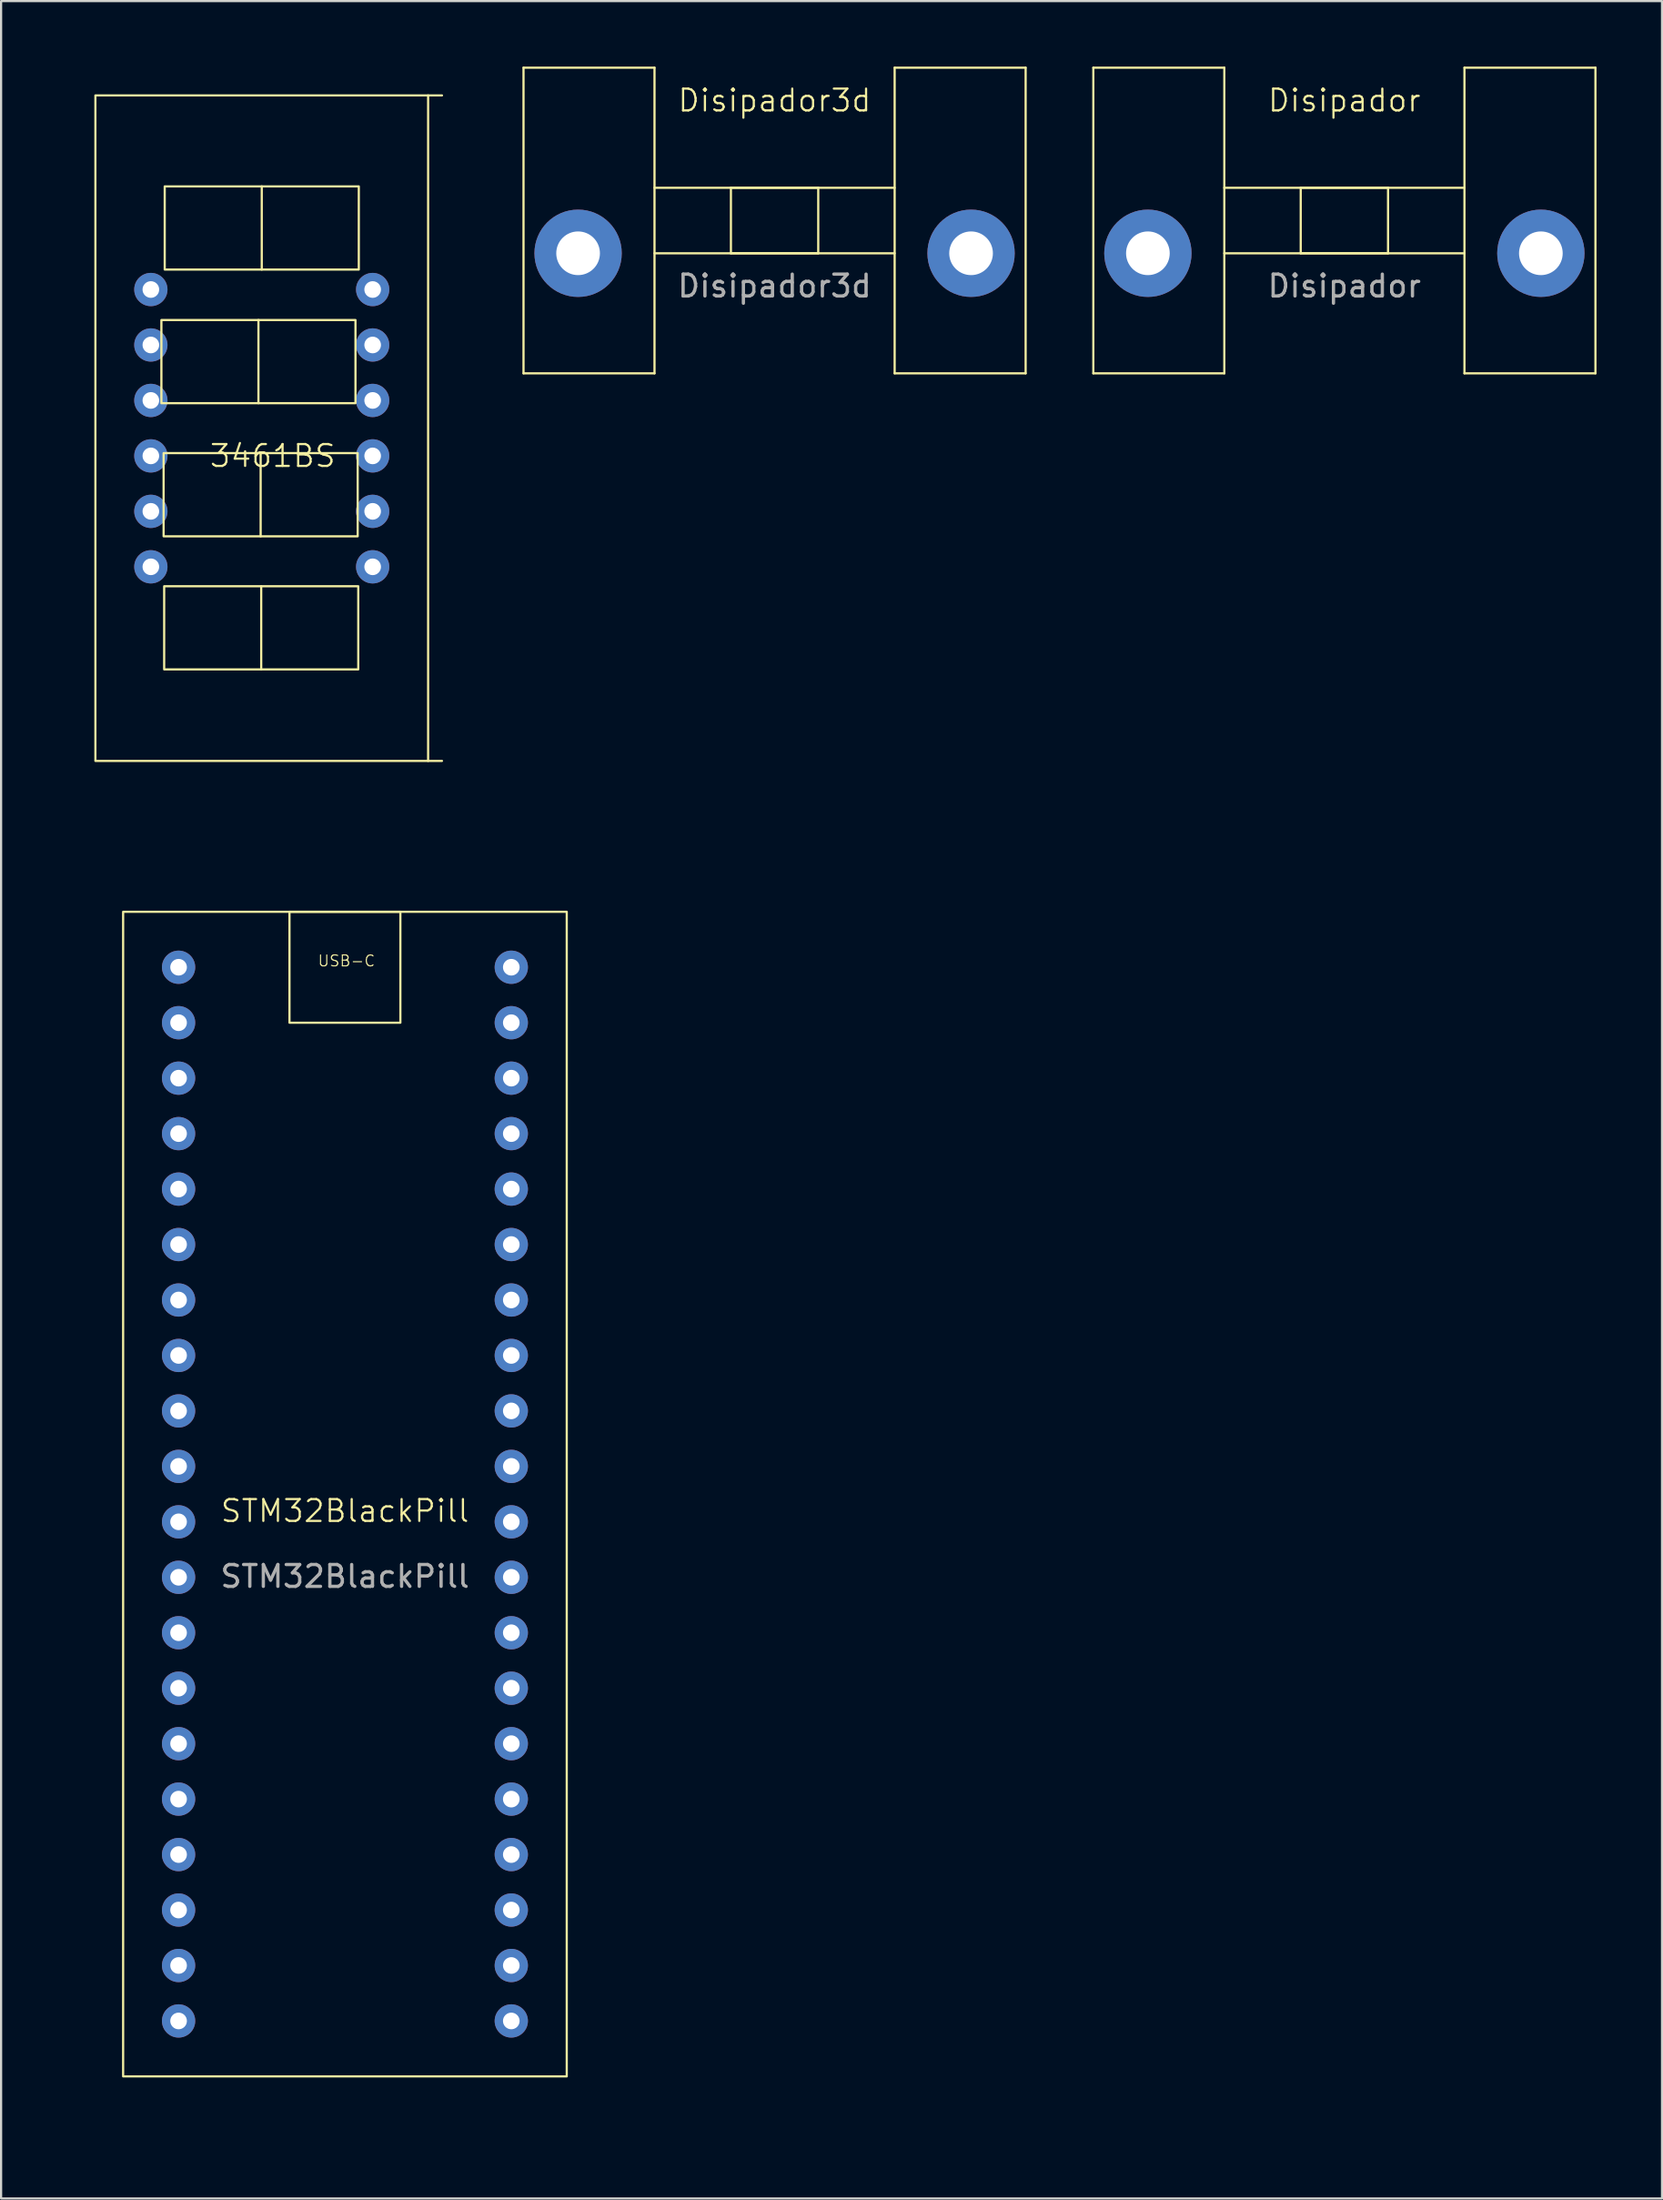
<source format=kicad_pcb>
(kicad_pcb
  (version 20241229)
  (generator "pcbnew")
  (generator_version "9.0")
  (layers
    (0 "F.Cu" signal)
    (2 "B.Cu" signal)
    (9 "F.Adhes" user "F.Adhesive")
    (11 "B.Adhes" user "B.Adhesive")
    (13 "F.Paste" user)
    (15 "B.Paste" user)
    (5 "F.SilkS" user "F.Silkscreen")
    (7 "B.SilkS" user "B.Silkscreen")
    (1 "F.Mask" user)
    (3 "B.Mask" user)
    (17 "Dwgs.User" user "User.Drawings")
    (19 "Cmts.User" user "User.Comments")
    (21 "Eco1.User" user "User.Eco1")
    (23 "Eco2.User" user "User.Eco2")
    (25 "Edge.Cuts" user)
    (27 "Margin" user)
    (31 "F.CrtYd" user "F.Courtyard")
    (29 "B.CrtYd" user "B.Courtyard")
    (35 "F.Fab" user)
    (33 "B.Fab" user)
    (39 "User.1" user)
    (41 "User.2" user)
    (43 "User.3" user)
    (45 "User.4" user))
  (footprint "Disipador"
    (layer "F.Cu")
    (at 58.53 6.55)
    (property "Reference" "Disipador" (at 0 -5 0) (unlocked yes) (layer "F.SilkS") (effects (font (size 1 1) (thickness 0.1))))
    (attr smd)
    (fp_line (start -11.5 -6.5) (end -11.5 7.5) (stroke (width 0.1) (type default)) (layer "F.SilkS"))
    (fp_line (start -11.5 -6.5) (end -5.5 -6.5) (stroke (width 0.1) (type default)) (layer "F.SilkS"))
    (fp_line (start -11.5 7.5) (end -5.5 7.5) (stroke (width 0.1) (type default)) (layer "F.SilkS"))
    (fp_line (start -5.5 -6.5) (end -5.5 7.5) (stroke (width 0.1) (type default)) (layer "F.SilkS"))
    (fp_line (start -2 -1) (end -2 2) (stroke (width 0.1) (type default)) (layer "F.SilkS"))
    (fp_line (start -2 2) (end 2 2) (stroke (width 0.1) (type default)) (layer "F.SilkS"))
    (fp_line (start 2 -1) (end -2 -1) (stroke (width 0.1) (type default)) (layer "F.SilkS"))
    (fp_line (start 2 2) (end 2 -1) (stroke (width 0.1) (type default)) (layer "F.SilkS"))
    (fp_line (start 5.5 -6.5) (end 5.5 7.5) (stroke (width 0.1) (type default)) (layer "F.SilkS"))
    (fp_line (start 5.5 -6.5) (end 11.5 -6.5) (stroke (width 0.1) (type default)) (layer "F.SilkS"))
    (fp_line (start 5.5 -1) (end -5.5 -1) (stroke (width 0.1) (type default)) (layer "F.SilkS"))
    (fp_line (start 5.5 2) (end -5.5 2) (stroke (width 0.1) (type default)) (layer "F.SilkS"))
    (fp_line (start 5.5 7.5) (end 11.5 7.5) (stroke (width 0.1) (type default)) (layer "F.SilkS"))
    (fp_line (start 11.5 -6.5) (end 11.5 7.5) (stroke (width 0.1) (type default)) (layer "F.SilkS"))
    (fp_text user "${REFERENCE}" (at 0 3.5 0) (unlocked yes) (layer "F.Fab") (effects (font (size 1 1) (thickness 0.15))))
    (pad "1" thru_hole circle (at -9 2) (size 4 4) (drill 2) (layers "*.Cu" "*.Mask"))
    (pad "1" thru_hole circle (at 9 2) (size 4 4) (drill 2) (layers "*.Cu" "*.Mask")))
  (footprint "3461BS"
    (layer "F.Cu")
    (at 8.94 16.56)
    (property "Reference" "3461BS" (at 0.5 1.27 0) (unlocked yes) (layer "F.SilkS") (effects (font (size 1 1) (thickness 0.1))))
    (attr through_hole)
    (fp_line (start -0.152 -1.143) (end -0.152 -4.953) (stroke (width 0.1) (type default)) (layer "F.SilkS"))
    (fp_line (start -0.051 4.953) (end -0.051 1.143) (stroke (width 0.1) (type default)) (layer "F.SilkS"))
    (fp_line (start -0.025 11.049) (end -0.025 7.239) (stroke (width 0.1) (type default)) (layer "F.SilkS"))
    (fp_line (start 0 -7.264) (end 0 -11.074) (stroke (width 0.1) (type default)) (layer "F.SilkS"))
    (fp_line (start 7.62 -15.24) (end 8.255 -15.24) (stroke (width 0.1) (type default)) (layer "F.SilkS"))
    (fp_line (start 7.62 15.24) (end 8.255 15.24) (stroke (width 0.1) (type default)) (layer "F.SilkS"))
    (fp_rect (start -7.62 -15.24) (end 7.62 15.24) (stroke (width 0.1) (type default)) (fill no) (layer "F.SilkS"))
    (fp_rect (start -4.597 -4.953) (end 4.293 -1.143) (stroke (width 0.1) (type default)) (fill no) (layer "F.SilkS"))
    (fp_rect (start -4.496 1.143) (end 4.394 4.953) (stroke (width 0.1) (type default)) (fill no) (layer "F.SilkS"))
    (fp_rect (start -4.47 7.239) (end 4.42 11.049) (stroke (width 0.1) (type default)) (fill no) (layer "F.SilkS"))
    (fp_rect (start -4.445 -11.074) (end 4.445 -7.264) (stroke (width 0.1) (type default)) (fill no) (layer "F.SilkS"))
    (fp_rect (start -8.89 -16.51) (end 8.89 16.51) (stroke (width 0.1) (type default)) (fill no) (layer "Margin"))
    (pad "1" thru_hole circle (at 5.08 6.35 270) (size 1.524 1.524) (drill 0.762) (layers "*.Cu" "*.Mask"))
    (pad "2" thru_hole circle (at 5.08 3.81 270) (size 1.524 1.524) (drill 0.762) (layers "*.Cu" "*.Mask"))
    (pad "3" thru_hole circle (at 5.08 1.27 270) (size 1.524 1.524) (drill 0.762) (layers "*.Cu" "*.Mask"))
    (pad "4" thru_hole circle (at 5.08 -1.27 270) (size 1.524 1.524) (drill 0.762) (layers "*.Cu" "*.Mask"))
    (pad "5" thru_hole circle (at 5.08 -3.81 270) (size 1.524 1.524) (drill 0.762) (layers "*.Cu" "*.Mask"))
    (pad "6" thru_hole circle (at 5.08 -6.35 270) (size 1.524 1.524) (drill 0.762) (layers "*.Cu" "*.Mask"))
    (pad "7" thru_hole circle (at -5.08 -6.35 270) (size 1.524 1.524) (drill 0.762) (layers "*.Cu" "*.Mask"))
    (pad "8" thru_hole circle (at -5.08 -3.81 270) (size 1.524 1.524) (drill 0.762) (layers "*.Cu" "*.Mask"))
    (pad "9" thru_hole circle (at -5.08 -1.27 270) (size 1.524 1.524) (drill 0.762) (layers "*.Cu" "*.Mask"))
    (pad "10" thru_hole circle (at -5.08 1.27 270) (size 1.524 1.524) (drill 0.762) (layers "*.Cu" "*.Mask"))
    (pad "11" thru_hole circle (at -5.08 3.81 270) (size 1.524 1.524) (drill 0.762) (layers "*.Cu" "*.Mask"))
    (pad "12" thru_hole circle (at -5.08 6.35 270) (size 1.524 1.524) (drill 0.762) (layers "*.Cu" "*.Mask")))
  (footprint "STM32BlackPill"
    (layer "F.Cu")
    (at 12.75 66.65)
    (property "Reference" "STM32BlackPill" (at 0 -0.5 0) (unlocked yes) (layer "F.SilkS") (effects (font (size 1 1) (thickness 0.1))))
    (attr through_hole)
    (fp_rect (start -10.16 -27.94) (end 10.16 25.4) (stroke (width 0.1) (type default)) (fill no) (layer "F.SilkS"))
    (fp_rect (start -2.54 -27.94) (end 2.54 -22.86) (stroke (width 0.1) (type default)) (fill no) (layer "F.SilkS"))
    (fp_rect (start -12.7 -30.48) (end 12.7 27.94) (stroke (width 0.1) (type default)) (fill no) (layer "Margin"))
    (fp_text user "USB-C" (at -1.27 -25.4 0) (unlocked yes) (layer "F.SilkS") (effects (font (size 0.5 0.5) (thickness 0.05)) (justify left bottom)))
    (fp_text user "${REFERENCE}" (at 0 2.5 0) (unlocked yes) (layer "F.Fab") (effects (font (size 1 1) (thickness 0.15))))
    (pad "1" thru_hole circle (at -7.62 -25.4) (size 1.524 1.524) (drill 0.762) (layers "*.Cu" "*.Mask"))
    (pad "2" thru_hole circle (at -7.62 -22.86) (size 1.524 1.524) (drill 0.762) (layers "*.Cu" "*.Mask"))
    (pad "3" thru_hole circle (at -7.62 -20.32) (size 1.524 1.524) (drill 0.762) (layers "*.Cu" "*.Mask"))
    (pad "4" thru_hole circle (at -7.62 -17.78) (size 1.524 1.524) (drill 0.762) (layers "*.Cu" "*.Mask"))
    (pad "5" thru_hole circle (at -7.62 -15.24) (size 1.524 1.524) (drill 0.762) (layers "*.Cu" "*.Mask"))
    (pad "6" thru_hole circle (at -7.62 -12.7) (size 1.524 1.524) (drill 0.762) (layers "*.Cu" "*.Mask"))
    (pad "7" thru_hole circle (at -7.62 -10.16) (size 1.524 1.524) (drill 0.762) (layers "*.Cu" "*.Mask"))
    (pad "8" thru_hole circle (at -7.62 -7.62) (size 1.524 1.524) (drill 0.762) (layers "*.Cu" "*.Mask"))
    (pad "9" thru_hole circle (at -7.62 -5.08) (size 1.524 1.524) (drill 0.762) (layers "*.Cu" "*.Mask"))
    (pad "10" thru_hole circle (at -7.62 -2.54) (size 1.524 1.524) (drill 0.762) (layers "*.Cu" "*.Mask"))
    (pad "11" thru_hole circle (at -7.62 0) (size 1.524 1.524) (drill 0.762) (layers "*.Cu" "*.Mask"))
    (pad "12" thru_hole circle (at -7.62 2.54) (size 1.524 1.524) (drill 0.762) (layers "*.Cu" "*.Mask"))
    (pad "13" thru_hole circle (at -7.62 5.08) (size 1.524 1.524) (drill 0.762) (layers "*.Cu" "*.Mask"))
    (pad "14" thru_hole circle (at -7.62 7.62) (size 1.524 1.524) (drill 0.762) (layers "*.Cu" "*.Mask"))
    (pad "15" thru_hole circle (at -7.62 10.16) (size 1.524 1.524) (drill 0.762) (layers "*.Cu" "*.Mask"))
    (pad "16" thru_hole circle (at -7.62 12.7) (size 1.524 1.524) (drill 0.762) (layers "*.Cu" "*.Mask"))
    (pad "17" thru_hole circle (at -7.62 15.24) (size 1.524 1.524) (drill 0.762) (layers "*.Cu" "*.Mask"))
    (pad "18" thru_hole circle (at -7.62 17.78) (size 1.524 1.524) (drill 0.762) (layers "*.Cu" "*.Mask"))
    (pad "19" thru_hole circle (at -7.62 20.32) (size 1.524 1.524) (drill 0.762) (layers "*.Cu" "*.Mask"))
    (pad "20" thru_hole circle (at -7.62 22.86) (size 1.524 1.524) (drill 0.762) (layers "*.Cu" "*.Mask"))
    (pad "21" thru_hole circle (at 7.62 22.86) (size 1.524 1.524) (drill 0.762) (layers "*.Cu" "*.Mask"))
    (pad "22" thru_hole circle (at 7.62 20.32) (size 1.524 1.524) (drill 0.762) (layers "*.Cu" "*.Mask"))
    (pad "23" thru_hole circle (at 7.62 17.78) (size 1.524 1.524) (drill 0.762) (layers "*.Cu" "*.Mask"))
    (pad "24" thru_hole circle (at 7.62 15.24) (size 1.524 1.524) (drill 0.762) (layers "*.Cu" "*.Mask"))
    (pad "25" thru_hole circle (at 7.62 12.7) (size 1.524 1.524) (drill 0.762) (layers "*.Cu" "*.Mask"))
    (pad "26" thru_hole circle (at 7.62 10.16) (size 1.524 1.524) (drill 0.762) (layers "*.Cu" "*.Mask"))
    (pad "27" thru_hole circle (at 7.62 7.62) (size 1.524 1.524) (drill 0.762) (layers "*.Cu" "*.Mask"))
    (pad "28" thru_hole circle (at 7.62 5.08) (size 1.524 1.524) (drill 0.762) (layers "*.Cu" "*.Mask"))
    (pad "29" thru_hole circle (at 7.62 2.54) (size 1.524 1.524) (drill 0.762) (layers "*.Cu" "*.Mask"))
    (pad "30" thru_hole circle (at 7.62 0) (size 1.524 1.524) (drill 0.762) (layers "*.Cu" "*.Mask"))
    (pad "31" thru_hole circle (at 7.62 -2.54) (size 1.524 1.524) (drill 0.762) (layers "*.Cu" "*.Mask"))
    (pad "32" thru_hole circle (at 7.62 -5.08) (size 1.524 1.524) (drill 0.762) (layers "*.Cu" "*.Mask"))
    (pad "33" thru_hole circle (at 7.62 -7.62) (size 1.524 1.524) (drill 0.762) (layers "*.Cu" "*.Mask"))
    (pad "34" thru_hole circle (at 7.62 -10.16) (size 1.524 1.524) (drill 0.762) (layers "*.Cu" "*.Mask"))
    (pad "35" thru_hole circle (at 7.62 -12.7) (size 1.524 1.524) (drill 0.762) (layers "*.Cu" "*.Mask"))
    (pad "36" thru_hole circle (at 7.62 -15.24) (size 1.524 1.524) (drill 0.762) (layers "*.Cu" "*.Mask"))
    (pad "37" thru_hole circle (at 7.62 -17.78) (size 1.524 1.524) (drill 0.762) (layers "*.Cu" "*.Mask"))
    (pad "38" thru_hole circle (at 7.62 -20.32) (size 1.524 1.524) (drill 0.762) (layers "*.Cu" "*.Mask"))
    (pad "39" thru_hole circle (at 7.62 -22.86) (size 1.524 1.524) (drill 0.762) (layers "*.Cu" "*.Mask"))
    (pad "40" thru_hole circle (at 7.62 -25.4) (size 1.524 1.524) (drill 0.762) (layers "*.Cu" "*.Mask")))
  (footprint "Disipador3d"
    (layer "F.Cu")
    (at 32.43 6.55)
    (property "Reference" "Disipador3d" (at 0 -5 0) (unlocked yes) (layer "F.SilkS") (effects (font (size 1 1) (thickness 0.1))))
    (attr smd)
    (fp_line (start -11.5 -6.5) (end -11.5 7.5) (stroke (width 0.1) (type default)) (layer "F.SilkS"))
    (fp_line (start -11.5 -6.5) (end -5.5 -6.5) (stroke (width 0.1) (type default)) (layer "F.SilkS"))
    (fp_line (start -11.5 7.5) (end -5.5 7.5) (stroke (width 0.1) (type default)) (layer "F.SilkS"))
    (fp_line (start -5.5 -6.5) (end -5.5 7.5) (stroke (width 0.1) (type default)) (layer "F.SilkS"))
    (fp_line (start -2 -1) (end -2 2) (stroke (width 0.1) (type default)) (layer "F.SilkS"))
    (fp_line (start -2 2) (end 2 2) (stroke (width 0.1) (type default)) (layer "F.SilkS"))
    (fp_line (start 2 -1) (end -2 -1) (stroke (width 0.1) (type default)) (layer "F.SilkS"))
    (fp_line (start 2 2) (end 2 -1) (stroke (width 0.1) (type default)) (layer "F.SilkS"))
    (fp_line (start 5.5 -6.5) (end 5.5 7.5) (stroke (width 0.1) (type default)) (layer "F.SilkS"))
    (fp_line (start 5.5 -6.5) (end 11.5 -6.5) (stroke (width 0.1) (type default)) (layer "F.SilkS"))
    (fp_line (start 5.5 -1) (end -5.5 -1) (stroke (width 0.1) (type default)) (layer "F.SilkS"))
    (fp_line (start 5.5 2) (end -5.5 2) (stroke (width 0.1) (type default)) (layer "F.SilkS"))
    (fp_line (start 5.5 7.5) (end 11.5 7.5) (stroke (width 0.1) (type default)) (layer "F.SilkS"))
    (fp_line (start 11.5 -6.5) (end 11.5 7.5) (stroke (width 0.1) (type default)) (layer "F.SilkS"))
    (fp_text user "${REFERENCE}" (at 0 3.5 0) (unlocked yes) (layer "F.Fab") (effects (font (size 1 1) (thickness 0.15))))
    (pad "1" thru_hole circle (at -9 2) (size 4 4) (drill 2) (layers "*.Cu" "*.Mask"))
    (pad "1" thru_hole circle (at 9 2) (size 4 4) (drill 2) (layers "*.Cu" "*.Mask")))
  (gr_rect
    (start -3 -3)
    (end 73.08 97.64)
    (stroke (width 0.1) (type default))
    (fill no)
    (layer "Edge.Cuts")))
</source>
